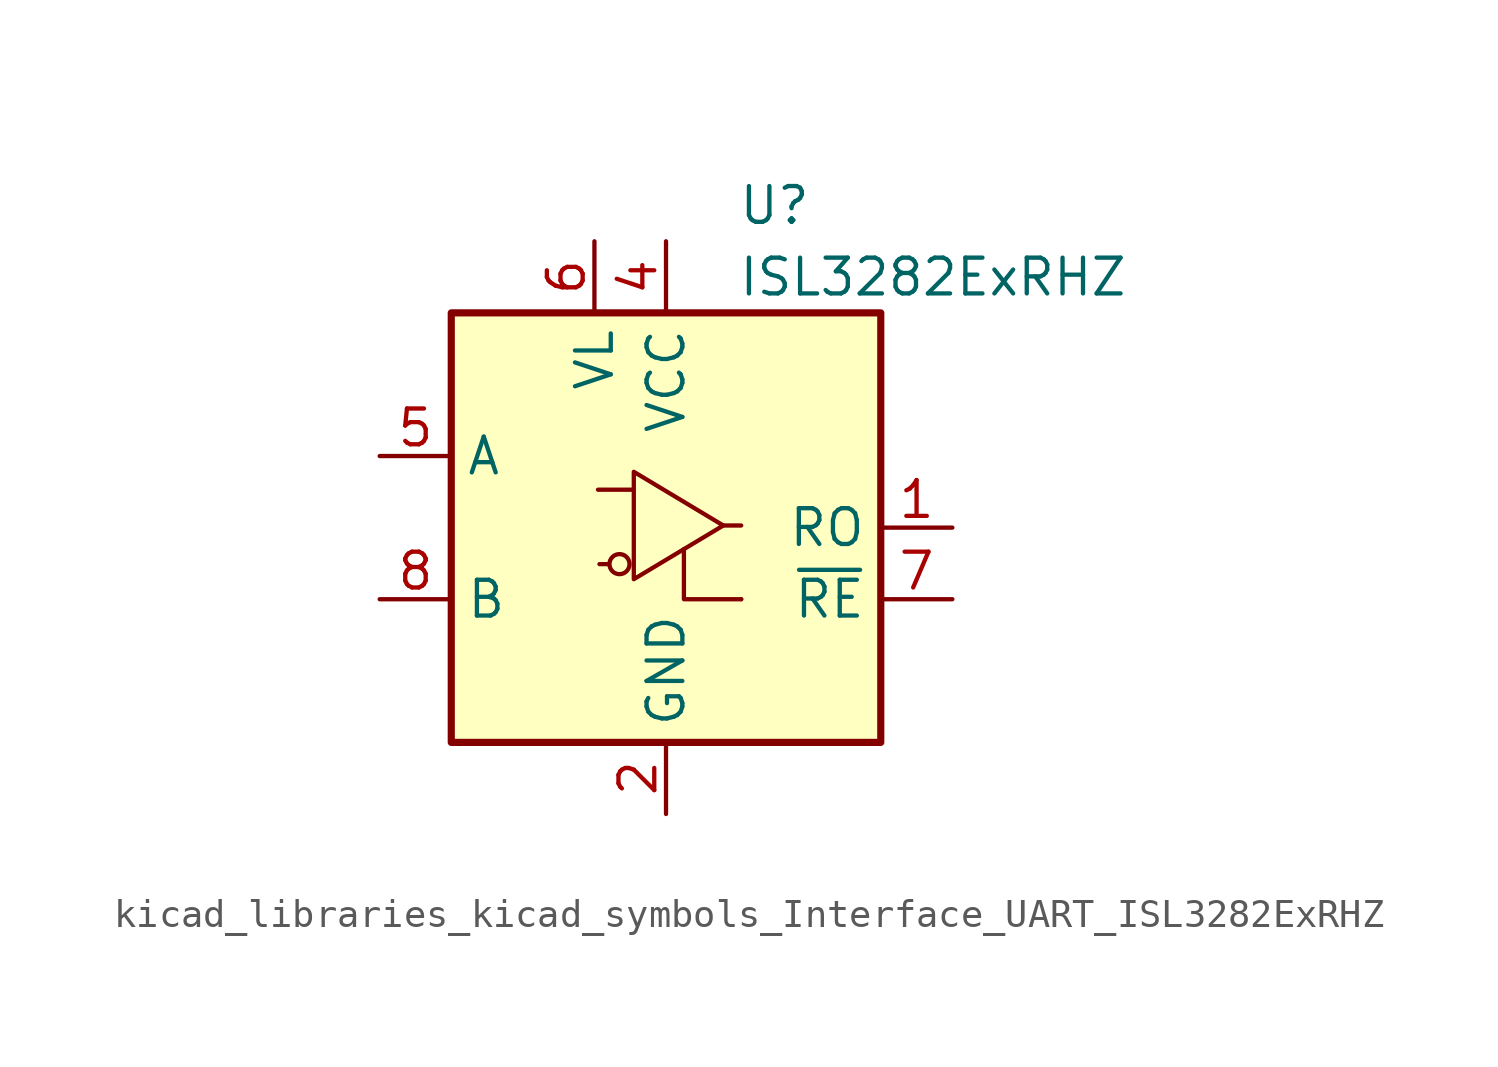
<source format=kicad_sym>
(kicad_symbol_lib
  (version 20220914)
  (generator kicad_symbol_editor)
  (symbol "kicad_libraries_kicad_symbols_Interface_UART_ISL3282ExRHZ"
    (property "Reference" "U"
      (at 2.54 11.43 0)
      (effects (font (size 1.27 1.27)) (justify left)))
    (property "Value" "ISL3282ExRHZ"
      (at 2.54 8.89 0)
      (effects (font (size 1.27 1.27)) (justify left)))
    (symbol "kicad_libraries_kicad_symbols_Interface_UART_ISL3282ExRHZ_0_1"
      (polyline (pts (xy 2.667 -2.54) (xy 2.667 -2.54)) (stroke (width 0) (type default)) (fill (type none)))
      (polyline (pts (xy 0.635 -0.762) (xy 0.635 -2.54) (xy 2.667 -2.54)) (stroke (width 0) (type default)) (fill (type none)))
      (rectangle (start 7.62 7.62) (end -7.62 -7.62) (stroke (width 0.254) (type default)) (fill (type background))))
    (symbol "kicad_libraries_kicad_symbols_Interface_UART_ISL3282ExRHZ_1_1"
      (circle (center -1.651 -1.295) (radius 0.356) (stroke (width 0) (type default)) (fill (type none)))
      (polyline (pts (xy -2.057 -1.295) (xy -2.362 -1.295)) (stroke (width 0) (type default)) (fill (type none)))
      (polyline (pts (xy 2.032 0.076) (xy 2.667 0.076)) (stroke (width 0) (type default)) (fill (type none)))
      (polyline (pts (xy -1.143 1.981) (xy -1.143 -1.829) (xy 2.032 0.076) (xy -1.143 1.981) (xy -1.143 1.346) (xy -2.413 1.346)) (stroke (width 0) (type default)) (fill (type none)))
      (pin output line (at 10.16 0 180) (length 2.54) (name "RO" (effects (font (size 1.27 1.27)))) (number "1" (effects (font (size 1.27 1.27)))))
      (pin power_in line (at 0 -10.16 90) (length 2.54) (name "GND" (effects (font (size 1.27 1.27)))) (number "2" (effects (font (size 1.27 1.27)))))
      (pin no_connect line (at -7.62 -5.08 0) (length 2.54) hide (name "NC" (effects (font (size 1.27 1.27)))) (number "3" (effects (font (size 1.27 1.27)))))
      (pin power_in line (at 0 10.16 270) (length 2.54) (name "VCC" (effects (font (size 1.27 1.27)))) (number "4" (effects (font (size 1.27 1.27)))))
      (pin input line (at -10.16 2.54 0) (length 2.54) (name "A" (effects (font (size 1.27 1.27)))) (number "5" (effects (font (size 1.27 1.27)))))
      (pin power_in line (at -2.54 10.16 270) (length 2.54) (name "VL" (effects (font (size 1.27 1.27)))) (number "6" (effects (font (size 1.27 1.27)))))
      (pin input line (at 10.16 -2.54 180) (length 2.54) (name "~{RE}" (effects (font (size 1.27 1.27)))) (number "7" (effects (font (size 1.27 1.27)))))
      (pin input line (at -10.16 -2.54 0) (length 2.54) (name "B" (effects (font (size 1.27 1.27)))) (number "8" (effects (font (size 1.27 1.27)))))
      (pin passive line (at 0 -10.16 90) (length 2.54) hide (name "GND" (effects (font (size 1.27 1.27)))) (number "9" (effects (font (size 1.27 1.27))))))))
</source>
